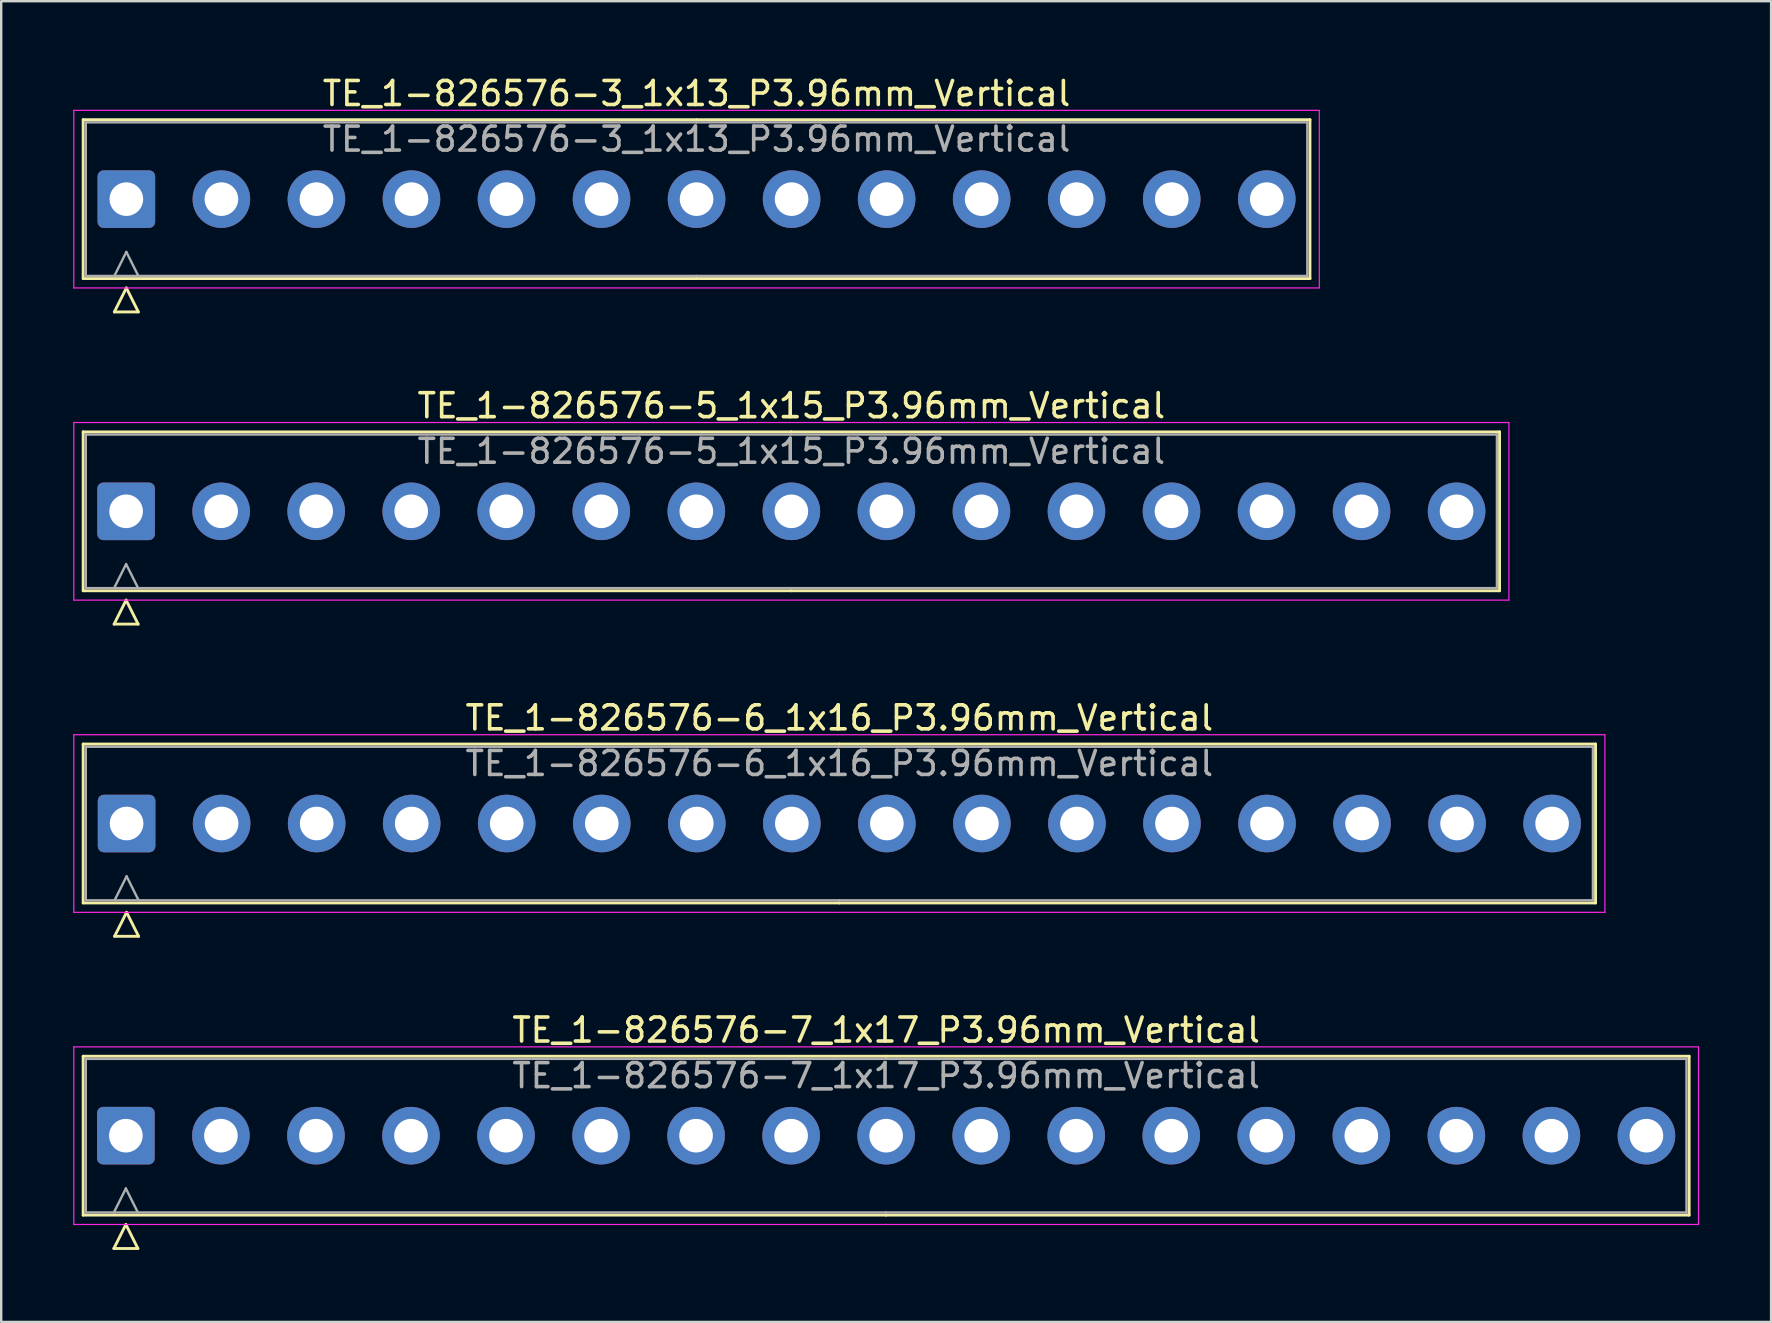
<source format=kicad_pcb>
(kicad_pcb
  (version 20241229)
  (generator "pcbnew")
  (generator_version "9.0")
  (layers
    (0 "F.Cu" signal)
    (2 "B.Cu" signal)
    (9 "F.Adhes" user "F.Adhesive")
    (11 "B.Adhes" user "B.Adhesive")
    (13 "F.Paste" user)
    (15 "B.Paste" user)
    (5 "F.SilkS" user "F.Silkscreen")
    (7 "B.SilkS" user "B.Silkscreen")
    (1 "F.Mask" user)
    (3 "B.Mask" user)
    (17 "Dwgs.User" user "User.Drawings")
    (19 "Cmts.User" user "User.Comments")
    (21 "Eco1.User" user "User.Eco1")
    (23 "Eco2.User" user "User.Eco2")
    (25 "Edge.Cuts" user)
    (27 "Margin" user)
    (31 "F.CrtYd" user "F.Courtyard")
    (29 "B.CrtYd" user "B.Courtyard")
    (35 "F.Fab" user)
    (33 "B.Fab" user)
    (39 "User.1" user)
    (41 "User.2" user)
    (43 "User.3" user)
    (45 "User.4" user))
  (footprint "TE_1-826576-5_1x15_P3.96mm_Vertical"
    (layer "F.Cu")
    (at 2.205 18.256)
    (property "Reference" "TE_1-826576-5_1x15_P3.96mm_Vertical" (at 27.72 -4.4 0) (layer "F.SilkS") (effects (font (size 1 1) (thickness 0.15))))
    (attr through_hole)
    (fp_line (start -1.79 -3.31) (end -1.79 3.31) (stroke (width 0.12) (type solid)) (layer "F.SilkS"))
    (fp_line (start -1.79 3.31) (end 27.72 3.31) (stroke (width 0.12) (type solid)) (layer "F.SilkS"))
    (fp_line (start -0.5 4.7) (end 0 3.7) (stroke (width 0.12) (type solid)) (layer "F.SilkS"))
    (fp_line (start 0 3.7) (end 0.5 4.7) (stroke (width 0.12) (type solid)) (layer "F.SilkS"))
    (fp_line (start 0.5 4.7) (end -0.5 4.7) (stroke (width 0.12) (type solid)) (layer "F.SilkS"))
    (fp_line (start 27.72 -3.31) (end -1.79 -3.31) (stroke (width 0.12) (type solid)) (layer "F.SilkS"))
    (fp_line (start 27.72 -3.31) (end 57.23 -3.31) (stroke (width 0.12) (type solid)) (layer "F.SilkS"))
    (fp_line (start 57.23 -3.31) (end 57.23 3.31) (stroke (width 0.12) (type solid)) (layer "F.SilkS"))
    (fp_line (start 57.23 3.31) (end 27.72 3.31) (stroke (width 0.12) (type solid)) (layer "F.SilkS"))
    (fp_line (start -2.18 -3.7) (end -2.18 3.7) (stroke (width 0.05) (type solid)) (layer "F.CrtYd"))
    (fp_line (start -2.18 3.7) (end 57.62 3.7) (stroke (width 0.05) (type solid)) (layer "F.CrtYd"))
    (fp_line (start 57.62 -3.7) (end -2.18 -3.7) (stroke (width 0.05) (type solid)) (layer "F.CrtYd"))
    (fp_line (start 57.62 3.7) (end 57.62 -3.7) (stroke (width 0.05) (type solid)) (layer "F.CrtYd"))
    (fp_line (start -1.68 -3.2) (end -1.68 3.2) (stroke (width 0.1) (type solid)) (layer "F.Fab"))
    (fp_line (start -1.68 3.2) (end 27.72 3.2) (stroke (width 0.1) (type solid)) (layer "F.Fab"))
    (fp_line (start -0.5 3.2) (end 0 2.2) (stroke (width 0.1) (type solid)) (layer "F.Fab"))
    (fp_line (start 0 2.2) (end 0.5 3.2) (stroke (width 0.1) (type solid)) (layer "F.Fab"))
    (fp_line (start 27.72 -3.2) (end -1.68 -3.2) (stroke (width 0.1) (type solid)) (layer "F.Fab"))
    (fp_line (start 27.72 -3.2) (end 57.12 -3.2) (stroke (width 0.1) (type solid)) (layer "F.Fab"))
    (fp_line (start 57.12 -3.2) (end 57.12 3.2) (stroke (width 0.1) (type solid)) (layer "F.Fab"))
    (fp_line (start 57.12 3.2) (end 27.72 3.2) (stroke (width 0.1) (type solid)) (layer "F.Fab"))
    (fp_text user "${REFERENCE}" (at 27.72 -2.5 0) (layer "F.Fab") (effects (font (size 1 1) (thickness 0.15))))
    (pad "1" thru_hole roundrect (at 0 0) (size 2.4 2.4) (drill 1.4) (layers "*.Cu" "*.Mask") (roundrect_rratio 0.104))
    (pad "2" thru_hole circle (at 3.96 0) (size 2.4 2.4) (drill 1.4) (layers "*.Cu" "*.Mask"))
    (pad "3" thru_hole circle (at 7.92 0) (size 2.4 2.4) (drill 1.4) (layers "*.Cu" "*.Mask"))
    (pad "4" thru_hole circle (at 11.88 0) (size 2.4 2.4) (drill 1.4) (layers "*.Cu" "*.Mask"))
    (pad "5" thru_hole circle (at 15.84 0) (size 2.4 2.4) (drill 1.4) (layers "*.Cu" "*.Mask"))
    (pad "6" thru_hole circle (at 19.8 0) (size 2.4 2.4) (drill 1.4) (layers "*.Cu" "*.Mask"))
    (pad "7" thru_hole circle (at 23.76 0) (size 2.4 2.4) (drill 1.4) (layers "*.Cu" "*.Mask"))
    (pad "8" thru_hole circle (at 27.72 0) (size 2.4 2.4) (drill 1.4) (layers "*.Cu" "*.Mask"))
    (pad "9" thru_hole circle (at 31.68 0) (size 2.4 2.4) (drill 1.4) (layers "*.Cu" "*.Mask"))
    (pad "10" thru_hole circle (at 35.64 0) (size 2.4 2.4) (drill 1.4) (layers "*.Cu" "*.Mask"))
    (pad "11" thru_hole circle (at 39.6 0) (size 2.4 2.4) (drill 1.4) (layers "*.Cu" "*.Mask"))
    (pad "12" thru_hole circle (at 43.56 0) (size 2.4 2.4) (drill 1.4) (layers "*.Cu" "*.Mask"))
    (pad "13" thru_hole circle (at 47.52 0) (size 2.4 2.4) (drill 1.4) (layers "*.Cu" "*.Mask"))
    (pad "14" thru_hole circle (at 51.48 0) (size 2.4 2.4) (drill 1.4) (layers "*.Cu" "*.Mask"))
    (pad "15" thru_hole circle (at 55.44 0) (size 2.4 2.4) (drill 1.4) (layers "*.Cu" "*.Mask")))
  (footprint "TE_1-826576-7_1x17_P3.96mm_Vertical"
    (layer "F.Cu")
    (at 2.195 44.273)
    (property "Reference" "TE_1-826576-7_1x17_P3.96mm_Vertical" (at 31.68 -4.4 0) (layer "F.SilkS") (effects (font (size 1 1) (thickness 0.15))))
    (attr through_hole)
    (fp_line (start -1.78 -3.31) (end -1.78 3.31) (stroke (width 0.12) (type solid)) (layer "F.SilkS"))
    (fp_line (start -1.78 3.31) (end 31.68 3.31) (stroke (width 0.12) (type solid)) (layer "F.SilkS"))
    (fp_line (start -0.5 4.7) (end 0 3.7) (stroke (width 0.12) (type solid)) (layer "F.SilkS"))
    (fp_line (start 0 3.7) (end 0.5 4.7) (stroke (width 0.12) (type solid)) (layer "F.SilkS"))
    (fp_line (start 0.5 4.7) (end -0.5 4.7) (stroke (width 0.12) (type solid)) (layer "F.SilkS"))
    (fp_line (start 31.68 -3.31) (end -1.78 -3.31) (stroke (width 0.12) (type solid)) (layer "F.SilkS"))
    (fp_line (start 31.68 -3.31) (end 65.14 -3.31) (stroke (width 0.12) (type solid)) (layer "F.SilkS"))
    (fp_line (start 65.14 -3.31) (end 65.14 3.31) (stroke (width 0.12) (type solid)) (layer "F.SilkS"))
    (fp_line (start 65.14 3.31) (end 31.68 3.31) (stroke (width 0.12) (type solid)) (layer "F.SilkS"))
    (fp_line (start -2.17 -3.7) (end -2.17 3.7) (stroke (width 0.05) (type solid)) (layer "F.CrtYd"))
    (fp_line (start -2.17 3.7) (end 65.53 3.7) (stroke (width 0.05) (type solid)) (layer "F.CrtYd"))
    (fp_line (start 65.53 -3.7) (end -2.17 -3.7) (stroke (width 0.05) (type solid)) (layer "F.CrtYd"))
    (fp_line (start 65.53 3.7) (end 65.53 -3.7) (stroke (width 0.05) (type solid)) (layer "F.CrtYd"))
    (fp_line (start -1.67 -3.2) (end -1.67 3.2) (stroke (width 0.1) (type solid)) (layer "F.Fab"))
    (fp_line (start -1.67 3.2) (end 31.68 3.2) (stroke (width 0.1) (type solid)) (layer "F.Fab"))
    (fp_line (start -0.5 3.2) (end 0 2.2) (stroke (width 0.1) (type solid)) (layer "F.Fab"))
    (fp_line (start 0 2.2) (end 0.5 3.2) (stroke (width 0.1) (type solid)) (layer "F.Fab"))
    (fp_line (start 31.68 -3.2) (end -1.67 -3.2) (stroke (width 0.1) (type solid)) (layer "F.Fab"))
    (fp_line (start 31.68 -3.2) (end 65.03 -3.2) (stroke (width 0.1) (type solid)) (layer "F.Fab"))
    (fp_line (start 65.03 -3.2) (end 65.03 3.2) (stroke (width 0.1) (type solid)) (layer "F.Fab"))
    (fp_line (start 65.03 3.2) (end 31.68 3.2) (stroke (width 0.1) (type solid)) (layer "F.Fab"))
    (fp_text user "${REFERENCE}" (at 31.68 -2.5 0) (layer "F.Fab") (effects (font (size 1 1) (thickness 0.15))))
    (pad "1" thru_hole roundrect (at 0 0) (size 2.4 2.4) (drill 1.4) (layers "*.Cu" "*.Mask") (roundrect_rratio 0.104))
    (pad "2" thru_hole circle (at 3.96 0) (size 2.4 2.4) (drill 1.4) (layers "*.Cu" "*.Mask"))
    (pad "3" thru_hole circle (at 7.92 0) (size 2.4 2.4) (drill 1.4) (layers "*.Cu" "*.Mask"))
    (pad "4" thru_hole circle (at 11.88 0) (size 2.4 2.4) (drill 1.4) (layers "*.Cu" "*.Mask"))
    (pad "5" thru_hole circle (at 15.84 0) (size 2.4 2.4) (drill 1.4) (layers "*.Cu" "*.Mask"))
    (pad "6" thru_hole circle (at 19.8 0) (size 2.4 2.4) (drill 1.4) (layers "*.Cu" "*.Mask"))
    (pad "7" thru_hole circle (at 23.76 0) (size 2.4 2.4) (drill 1.4) (layers "*.Cu" "*.Mask"))
    (pad "8" thru_hole circle (at 27.72 0) (size 2.4 2.4) (drill 1.4) (layers "*.Cu" "*.Mask"))
    (pad "9" thru_hole circle (at 31.68 0) (size 2.4 2.4) (drill 1.4) (layers "*.Cu" "*.Mask"))
    (pad "10" thru_hole circle (at 35.64 0) (size 2.4 2.4) (drill 1.4) (layers "*.Cu" "*.Mask"))
    (pad "11" thru_hole circle (at 39.6 0) (size 2.4 2.4) (drill 1.4) (layers "*.Cu" "*.Mask"))
    (pad "12" thru_hole circle (at 43.56 0) (size 2.4 2.4) (drill 1.4) (layers "*.Cu" "*.Mask"))
    (pad "13" thru_hole circle (at 47.52 0) (size 2.4 2.4) (drill 1.4) (layers "*.Cu" "*.Mask"))
    (pad "14" thru_hole circle (at 51.48 0) (size 2.4 2.4) (drill 1.4) (layers "*.Cu" "*.Mask"))
    (pad "15" thru_hole circle (at 55.44 0) (size 2.4 2.4) (drill 1.4) (layers "*.Cu" "*.Mask"))
    (pad "16" thru_hole circle (at 59.4 0) (size 2.4 2.4) (drill 1.4) (layers "*.Cu" "*.Mask"))
    (pad "17" thru_hole circle (at 63.36 0) (size 2.4 2.4) (drill 1.4) (layers "*.Cu" "*.Mask")))
  (footprint "TE_1-826576-6_1x16_P3.96mm_Vertical"
    (layer "F.Cu")
    (at 2.225 31.265)
    (property "Reference" "TE_1-826576-6_1x16_P3.96mm_Vertical" (at 29.7 -4.4 0) (layer "F.SilkS") (effects (font (size 1 1) (thickness 0.15))))
    (attr through_hole)
    (fp_line (start -1.81 -3.31) (end -1.81 3.31) (stroke (width 0.12) (type solid)) (layer "F.SilkS"))
    (fp_line (start -1.81 3.31) (end 29.7 3.31) (stroke (width 0.12) (type solid)) (layer "F.SilkS"))
    (fp_line (start -0.5 4.7) (end 0 3.7) (stroke (width 0.12) (type solid)) (layer "F.SilkS"))
    (fp_line (start 0 3.7) (end 0.5 4.7) (stroke (width 0.12) (type solid)) (layer "F.SilkS"))
    (fp_line (start 0.5 4.7) (end -0.5 4.7) (stroke (width 0.12) (type solid)) (layer "F.SilkS"))
    (fp_line (start 29.7 -3.31) (end -1.81 -3.31) (stroke (width 0.12) (type solid)) (layer "F.SilkS"))
    (fp_line (start 29.7 -3.31) (end 61.21 -3.31) (stroke (width 0.12) (type solid)) (layer "F.SilkS"))
    (fp_line (start 61.21 -3.31) (end 61.21 3.31) (stroke (width 0.12) (type solid)) (layer "F.SilkS"))
    (fp_line (start 61.21 3.31) (end 29.7 3.31) (stroke (width 0.12) (type solid)) (layer "F.SilkS"))
    (fp_line (start -2.2 -3.7) (end -2.2 3.7) (stroke (width 0.05) (type solid)) (layer "F.CrtYd"))
    (fp_line (start -2.2 3.7) (end 61.6 3.7) (stroke (width 0.05) (type solid)) (layer "F.CrtYd"))
    (fp_line (start 61.6 -3.7) (end -2.2 -3.7) (stroke (width 0.05) (type solid)) (layer "F.CrtYd"))
    (fp_line (start 61.6 3.7) (end 61.6 -3.7) (stroke (width 0.05) (type solid)) (layer "F.CrtYd"))
    (fp_line (start -1.7 -3.2) (end -1.7 3.2) (stroke (width 0.1) (type solid)) (layer "F.Fab"))
    (fp_line (start -1.7 3.2) (end 29.7 3.2) (stroke (width 0.1) (type solid)) (layer "F.Fab"))
    (fp_line (start -0.5 3.2) (end 0 2.2) (stroke (width 0.1) (type solid)) (layer "F.Fab"))
    (fp_line (start 0 2.2) (end 0.5 3.2) (stroke (width 0.1) (type solid)) (layer "F.Fab"))
    (fp_line (start 29.7 -3.2) (end -1.7 -3.2) (stroke (width 0.1) (type solid)) (layer "F.Fab"))
    (fp_line (start 29.7 -3.2) (end 61.1 -3.2) (stroke (width 0.1) (type solid)) (layer "F.Fab"))
    (fp_line (start 61.1 -3.2) (end 61.1 3.2) (stroke (width 0.1) (type solid)) (layer "F.Fab"))
    (fp_line (start 61.1 3.2) (end 29.7 3.2) (stroke (width 0.1) (type solid)) (layer "F.Fab"))
    (fp_text user "${REFERENCE}" (at 29.7 -2.5 0) (layer "F.Fab") (effects (font (size 1 1) (thickness 0.15))))
    (pad "1" thru_hole roundrect (at 0 0) (size 2.4 2.4) (drill 1.4) (layers "*.Cu" "*.Mask") (roundrect_rratio 0.104))
    (pad "2" thru_hole circle (at 3.96 0) (size 2.4 2.4) (drill 1.4) (layers "*.Cu" "*.Mask"))
    (pad "3" thru_hole circle (at 7.92 0) (size 2.4 2.4) (drill 1.4) (layers "*.Cu" "*.Mask"))
    (pad "4" thru_hole circle (at 11.88 0) (size 2.4 2.4) (drill 1.4) (layers "*.Cu" "*.Mask"))
    (pad "5" thru_hole circle (at 15.84 0) (size 2.4 2.4) (drill 1.4) (layers "*.Cu" "*.Mask"))
    (pad "6" thru_hole circle (at 19.8 0) (size 2.4 2.4) (drill 1.4) (layers "*.Cu" "*.Mask"))
    (pad "7" thru_hole circle (at 23.76 0) (size 2.4 2.4) (drill 1.4) (layers "*.Cu" "*.Mask"))
    (pad "8" thru_hole circle (at 27.72 0) (size 2.4 2.4) (drill 1.4) (layers "*.Cu" "*.Mask"))
    (pad "9" thru_hole circle (at 31.68 0) (size 2.4 2.4) (drill 1.4) (layers "*.Cu" "*.Mask"))
    (pad "10" thru_hole circle (at 35.64 0) (size 2.4 2.4) (drill 1.4) (layers "*.Cu" "*.Mask"))
    (pad "11" thru_hole circle (at 39.6 0) (size 2.4 2.4) (drill 1.4) (layers "*.Cu" "*.Mask"))
    (pad "12" thru_hole circle (at 43.56 0) (size 2.4 2.4) (drill 1.4) (layers "*.Cu" "*.Mask"))
    (pad "13" thru_hole circle (at 47.52 0) (size 2.4 2.4) (drill 1.4) (layers "*.Cu" "*.Mask"))
    (pad "14" thru_hole circle (at 51.48 0) (size 2.4 2.4) (drill 1.4) (layers "*.Cu" "*.Mask"))
    (pad "15" thru_hole circle (at 55.44 0) (size 2.4 2.4) (drill 1.4) (layers "*.Cu" "*.Mask"))
    (pad "16" thru_hole circle (at 59.4 0) (size 2.4 2.4) (drill 1.4) (layers "*.Cu" "*.Mask")))
  (footprint "TE_1-826576-3_1x13_P3.96mm_Vertical"
    (layer "F.Cu")
    (at 2.215 5.248)
    (property "Reference" "TE_1-826576-3_1x13_P3.96mm_Vertical" (at 23.76 -4.4 0) (layer "F.SilkS") (effects (font (size 1 1) (thickness 0.15))))
    (attr through_hole)
    (fp_line (start -1.8 -3.31) (end -1.8 3.31) (stroke (width 0.12) (type solid)) (layer "F.SilkS"))
    (fp_line (start -1.8 3.31) (end 23.76 3.31) (stroke (width 0.12) (type solid)) (layer "F.SilkS"))
    (fp_line (start -0.5 4.7) (end 0 3.7) (stroke (width 0.12) (type solid)) (layer "F.SilkS"))
    (fp_line (start 0 3.7) (end 0.5 4.7) (stroke (width 0.12) (type solid)) (layer "F.SilkS"))
    (fp_line (start 0.5 4.7) (end -0.5 4.7) (stroke (width 0.12) (type solid)) (layer "F.SilkS"))
    (fp_line (start 23.76 -3.31) (end -1.8 -3.31) (stroke (width 0.12) (type solid)) (layer "F.SilkS"))
    (fp_line (start 23.76 -3.31) (end 49.32 -3.31) (stroke (width 0.12) (type solid)) (layer "F.SilkS"))
    (fp_line (start 49.32 -3.31) (end 49.32 3.31) (stroke (width 0.12) (type solid)) (layer "F.SilkS"))
    (fp_line (start 49.32 3.31) (end 23.76 3.31) (stroke (width 0.12) (type solid)) (layer "F.SilkS"))
    (fp_line (start -2.19 -3.7) (end -2.19 3.7) (stroke (width 0.05) (type solid)) (layer "F.CrtYd"))
    (fp_line (start -2.19 3.7) (end 49.71 3.7) (stroke (width 0.05) (type solid)) (layer "F.CrtYd"))
    (fp_line (start 49.71 -3.7) (end -2.19 -3.7) (stroke (width 0.05) (type solid)) (layer "F.CrtYd"))
    (fp_line (start 49.71 3.7) (end 49.71 -3.7) (stroke (width 0.05) (type solid)) (layer "F.CrtYd"))
    (fp_line (start -1.69 -3.2) (end -1.69 3.2) (stroke (width 0.1) (type solid)) (layer "F.Fab"))
    (fp_line (start -1.69 3.2) (end 23.76 3.2) (stroke (width 0.1) (type solid)) (layer "F.Fab"))
    (fp_line (start -0.5 3.2) (end 0 2.2) (stroke (width 0.1) (type solid)) (layer "F.Fab"))
    (fp_line (start 0 2.2) (end 0.5 3.2) (stroke (width 0.1) (type solid)) (layer "F.Fab"))
    (fp_line (start 23.76 -3.2) (end -1.69 -3.2) (stroke (width 0.1) (type solid)) (layer "F.Fab"))
    (fp_line (start 23.76 -3.2) (end 49.21 -3.2) (stroke (width 0.1) (type solid)) (layer "F.Fab"))
    (fp_line (start 49.21 -3.2) (end 49.21 3.2) (stroke (width 0.1) (type solid)) (layer "F.Fab"))
    (fp_line (start 49.21 3.2) (end 23.76 3.2) (stroke (width 0.1) (type solid)) (layer "F.Fab"))
    (fp_text user "${REFERENCE}" (at 23.76 -2.5 0) (layer "F.Fab") (effects (font (size 1 1) (thickness 0.15))))
    (pad "1" thru_hole roundrect (at 0 0) (size 2.4 2.4) (drill 1.4) (layers "*.Cu" "*.Mask") (roundrect_rratio 0.104))
    (pad "2" thru_hole circle (at 3.96 0) (size 2.4 2.4) (drill 1.4) (layers "*.Cu" "*.Mask"))
    (pad "3" thru_hole circle (at 7.92 0) (size 2.4 2.4) (drill 1.4) (layers "*.Cu" "*.Mask"))
    (pad "4" thru_hole circle (at 11.88 0) (size 2.4 2.4) (drill 1.4) (layers "*.Cu" "*.Mask"))
    (pad "5" thru_hole circle (at 15.84 0) (size 2.4 2.4) (drill 1.4) (layers "*.Cu" "*.Mask"))
    (pad "6" thru_hole circle (at 19.8 0) (size 2.4 2.4) (drill 1.4) (layers "*.Cu" "*.Mask"))
    (pad "7" thru_hole circle (at 23.76 0) (size 2.4 2.4) (drill 1.4) (layers "*.Cu" "*.Mask"))
    (pad "8" thru_hole circle (at 27.72 0) (size 2.4 2.4) (drill 1.4) (layers "*.Cu" "*.Mask"))
    (pad "9" thru_hole circle (at 31.68 0) (size 2.4 2.4) (drill 1.4) (layers "*.Cu" "*.Mask"))
    (pad "10" thru_hole circle (at 35.64 0) (size 2.4 2.4) (drill 1.4) (layers "*.Cu" "*.Mask"))
    (pad "11" thru_hole circle (at 39.6 0) (size 2.4 2.4) (drill 1.4) (layers "*.Cu" "*.Mask"))
    (pad "12" thru_hole circle (at 43.56 0) (size 2.4 2.4) (drill 1.4) (layers "*.Cu" "*.Mask"))
    (pad "13" thru_hole circle (at 47.52 0) (size 2.4 2.4) (drill 1.4) (layers "*.Cu" "*.Mask")))
  (gr_rect
    (start -3 -3)
    (end 70.75 52.033)
    (stroke (width 0.1) (type default))
    (fill no)
    (layer "Edge.Cuts")))
</source>
